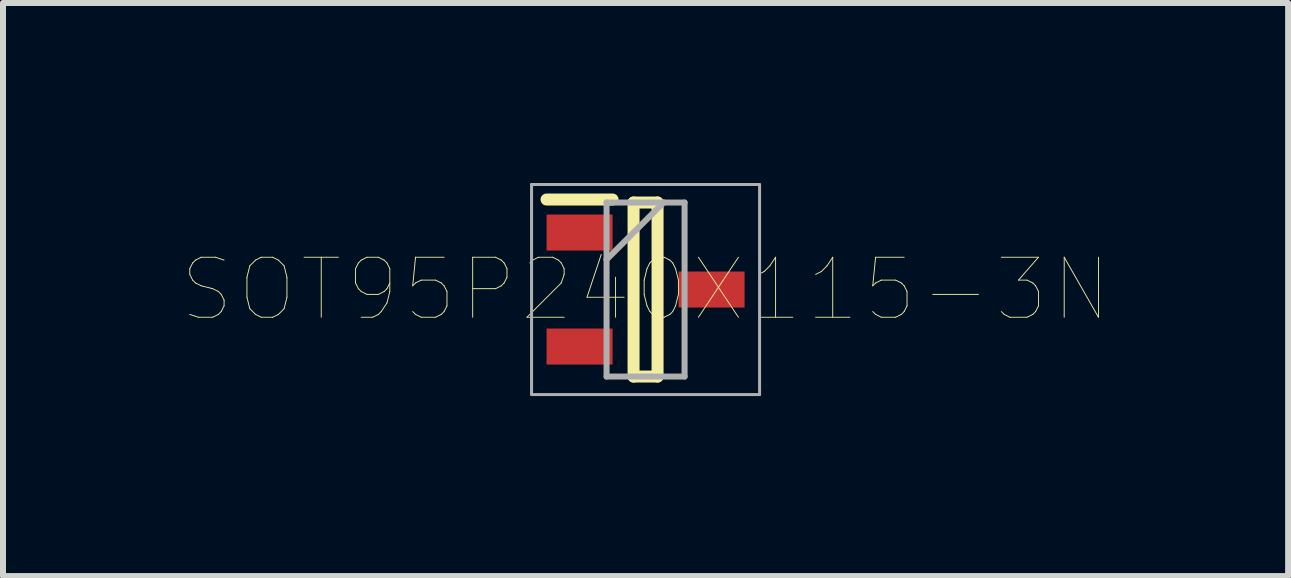
<source format=kicad_pcb>
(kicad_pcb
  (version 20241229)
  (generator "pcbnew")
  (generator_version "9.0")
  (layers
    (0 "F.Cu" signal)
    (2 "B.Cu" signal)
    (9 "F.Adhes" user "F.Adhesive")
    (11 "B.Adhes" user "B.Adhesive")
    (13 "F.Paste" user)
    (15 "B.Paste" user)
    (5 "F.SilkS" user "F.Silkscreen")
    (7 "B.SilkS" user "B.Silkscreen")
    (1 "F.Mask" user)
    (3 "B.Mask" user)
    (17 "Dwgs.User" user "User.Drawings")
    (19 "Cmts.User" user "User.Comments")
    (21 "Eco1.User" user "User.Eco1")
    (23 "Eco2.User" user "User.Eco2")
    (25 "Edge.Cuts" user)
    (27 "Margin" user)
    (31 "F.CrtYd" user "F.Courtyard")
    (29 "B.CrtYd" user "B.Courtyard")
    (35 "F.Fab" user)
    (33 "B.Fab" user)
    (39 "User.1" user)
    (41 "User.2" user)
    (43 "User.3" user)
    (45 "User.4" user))
  (footprint "SOT95P240X115-3N"
    (layer "F.Cu")
    (at 7.708 1.775)
    (property "Reference" "SOT95P240X115-3N" (at 0 0 0) (layer "F.SilkS") (effects (font (size 1 1) (thickness 0.015))))
    (attr through_hole)
    (fp_line (start -1.65 -1.5) (end -0.55 -1.5) (stroke (width 0.2) (type solid)) (layer "F.SilkS"))
    (fp_line (start -0.2 -1.45) (end 0.2 -1.45) (stroke (width 0.2) (type solid)) (layer "F.SilkS"))
    (fp_line (start -0.2 1.45) (end -0.2 -1.45) (stroke (width 0.2) (type solid)) (layer "F.SilkS"))
    (fp_line (start 0.2 -1.45) (end 0.2 1.45) (stroke (width 0.2) (type solid)) (layer "F.SilkS"))
    (fp_line (start 0.2 1.45) (end -0.2 1.45) (stroke (width 0.2) (type solid)) (layer "F.SilkS"))
    (fp_line (start -1.9 -1.75) (end 1.9 -1.75) (stroke (width 0.05) (type solid)) (layer "F.Fab"))
    (fp_line (start -1.9 1.75) (end -1.9 -1.75) (stroke (width 0.05) (type solid)) (layer "F.Fab"))
    (fp_line (start -0.65 -1.45) (end 0.3 -1.45) (stroke (width 0.1) (type solid)) (layer "F.Fab"))
    (fp_line (start -0.65 -0.5) (end -0.65 -1.45) (stroke (width 0.1) (type solid)) (layer "F.Fab"))
    (fp_line (start -0.65 -0.5) (end 0.3 -1.45) (stroke (width 0.1) (type solid)) (layer "F.Fab"))
    (fp_line (start -0.65 1.45) (end -0.65 -0.5) (stroke (width 0.1) (type solid)) (layer "F.Fab"))
    (fp_line (start 0.3 -1.45) (end 0.65 -1.45) (stroke (width 0.1) (type solid)) (layer "F.Fab"))
    (fp_line (start 0.65 -1.45) (end 0.65 1.45) (stroke (width 0.1) (type solid)) (layer "F.Fab"))
    (fp_line (start 0.65 1.45) (end -0.65 1.45) (stroke (width 0.1) (type solid)) (layer "F.Fab"))
    (fp_line (start 1.9 -1.75) (end 1.9 1.75) (stroke (width 0.05) (type solid)) (layer "F.Fab"))
    (fp_line (start 1.9 1.75) (end -1.9 1.75) (stroke (width 0.05) (type solid)) (layer "F.Fab"))
    (pad "1" smd rect (at -1.1 -0.95) (size 1.1 0.6) (layers "F.Cu" "F.Mask" "F.Paste"))
    (pad "2" smd rect (at -1.1 0.95) (size 1.1 0.6) (layers "F.Cu" "F.Mask" "F.Paste"))
    (pad "3" smd rect (at 1.1 0) (size 1.1 0.6) (layers "F.Cu" "F.Mask" "F.Paste")))
  (gr_rect
    (start -3 -3)
    (end 18.416 6.55)
    (stroke (width 0.1) (type default))
    (fill no)
    (layer "Edge.Cuts")))
</source>
